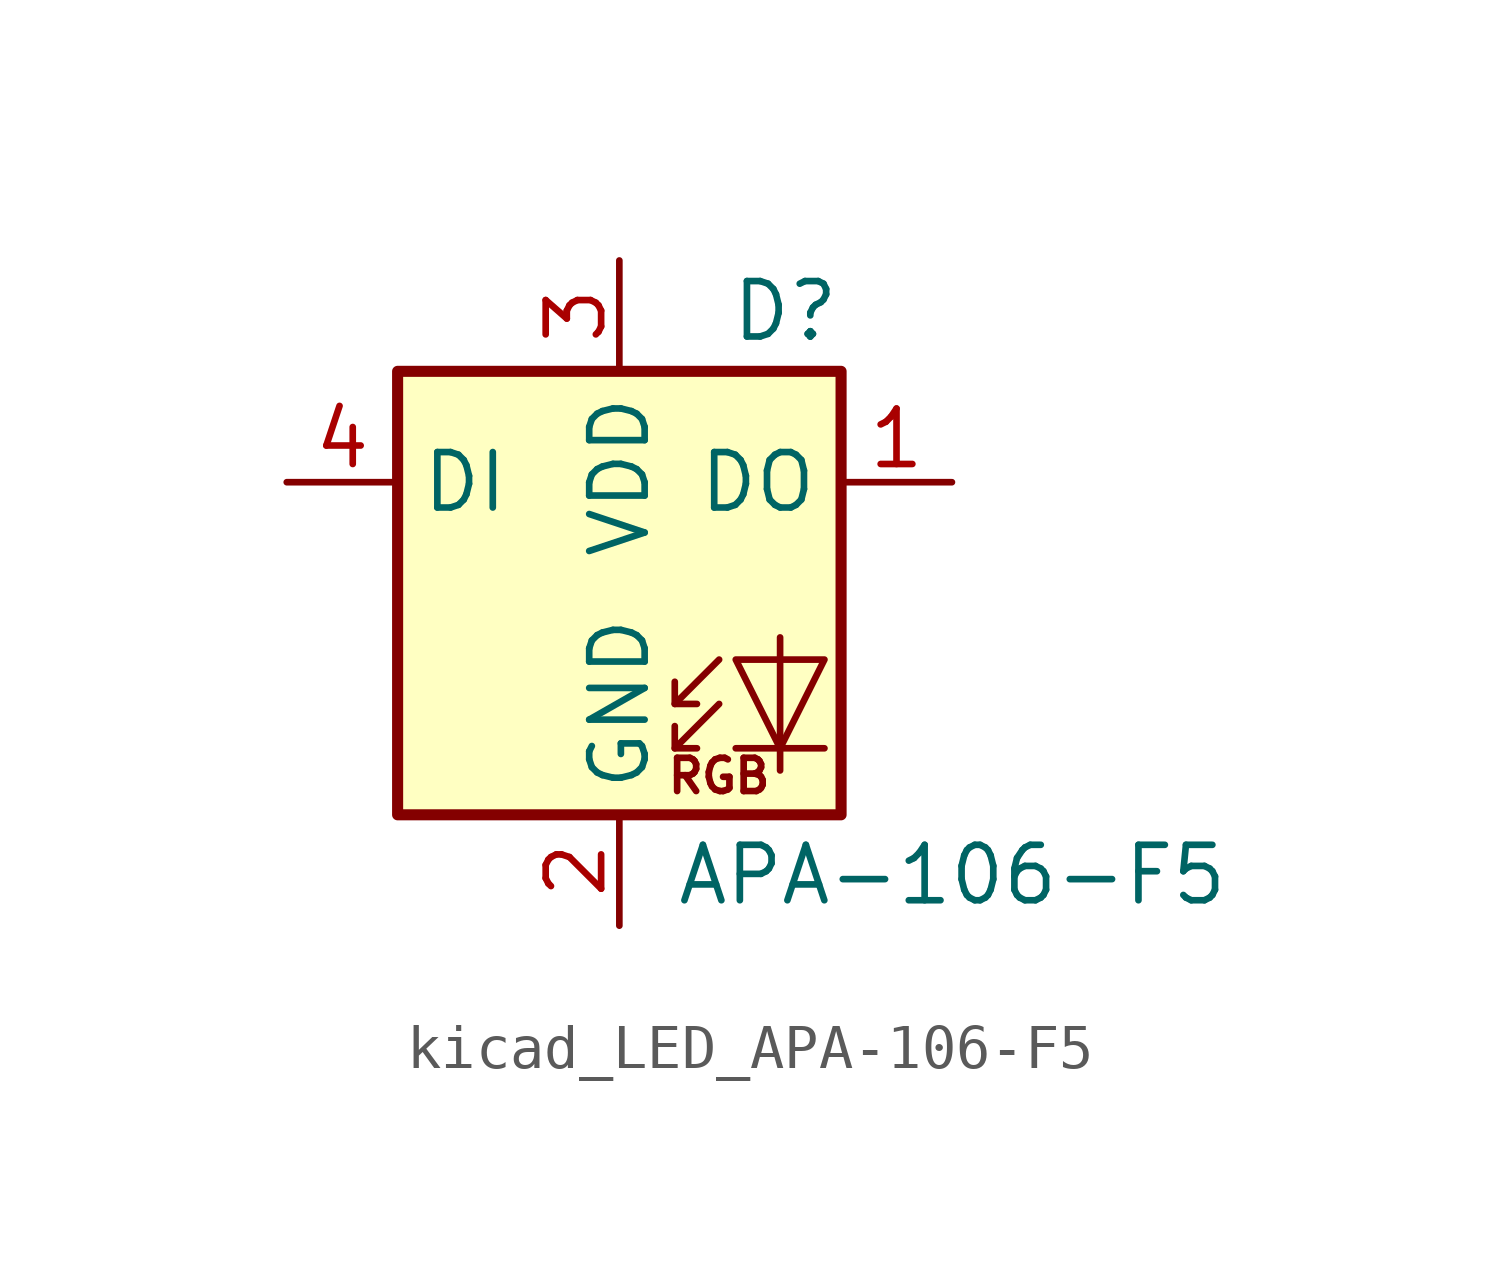
<source format=kicad_sym>
(kicad_symbol_lib
  (version 20220914)
  (generator kicad_symbol_editor)
  (symbol "kicad_LED_APA-106-F5"
    (property "Reference" "D"
      (at 5.08 5.715 0)
      (effects (font (size 1.27 1.27)) (justify right bottom)))
    (property "Value" "APA-106-F5"
      (at 1.27 -5.715 0)
      (effects (font (size 1.27 1.27)) (justify left top)))
    (symbol "kicad_LED_APA-106-F5_0_0"
      (text "RGB" (at 2.286 -4.191 0) (effects (font (size 0.762 0.762)))))
    (symbol "kicad_LED_APA-106-F5_0_1"
      (polyline (pts (xy 1.27 -3.556) (xy 1.778 -3.556)) (stroke (width 0) (type default)) (fill (type none)))
      (polyline (pts (xy 1.27 -2.54) (xy 1.778 -2.54)) (stroke (width 0) (type default)) (fill (type none)))
      (polyline (pts (xy 4.699 -3.556) (xy 2.667 -3.556)) (stroke (width 0) (type default)) (fill (type none)))
      (polyline (pts (xy 2.286 -2.54) (xy 1.27 -3.556) (xy 1.27 -3.048)) (stroke (width 0) (type default)) (fill (type none)))
      (polyline (pts (xy 2.286 -1.524) (xy 1.27 -2.54) (xy 1.27 -2.032)) (stroke (width 0) (type default)) (fill (type none)))
      (polyline (pts (xy 3.683 -1.016) (xy 3.683 -3.556) (xy 3.683 -4.064)) (stroke (width 0) (type default)) (fill (type none)))
      (polyline (pts (xy 4.699 -1.524) (xy 2.667 -1.524) (xy 3.683 -3.556) (xy 4.699 -1.524)) (stroke (width 0) (type default)) (fill (type none)))
      (rectangle (start 5.08 5.08) (end -5.08 -5.08) (stroke (width 0.254) (type default)) (fill (type background))))
    (symbol "kicad_LED_APA-106-F5_1_1"
      (pin output line (at 7.62 2.54 180) (length 2.54) (name "DO" (effects (font (size 1.27 1.27)))) (number "1" (effects (font (size 1.27 1.27)))))
      (pin power_in line (at 0 -7.62 90) (length 2.54) (name "GND" (effects (font (size 1.27 1.27)))) (number "2" (effects (font (size 1.27 1.27)))))
      (pin power_in line (at 0 7.62 270) (length 2.54) (name "VDD" (effects (font (size 1.27 1.27)))) (number "3" (effects (font (size 1.27 1.27)))))
      (pin input line (at -7.62 2.54 0) (length 2.54) (name "DI" (effects (font (size 1.27 1.27)))) (number "4" (effects (font (size 1.27 1.27))))))))
</source>
